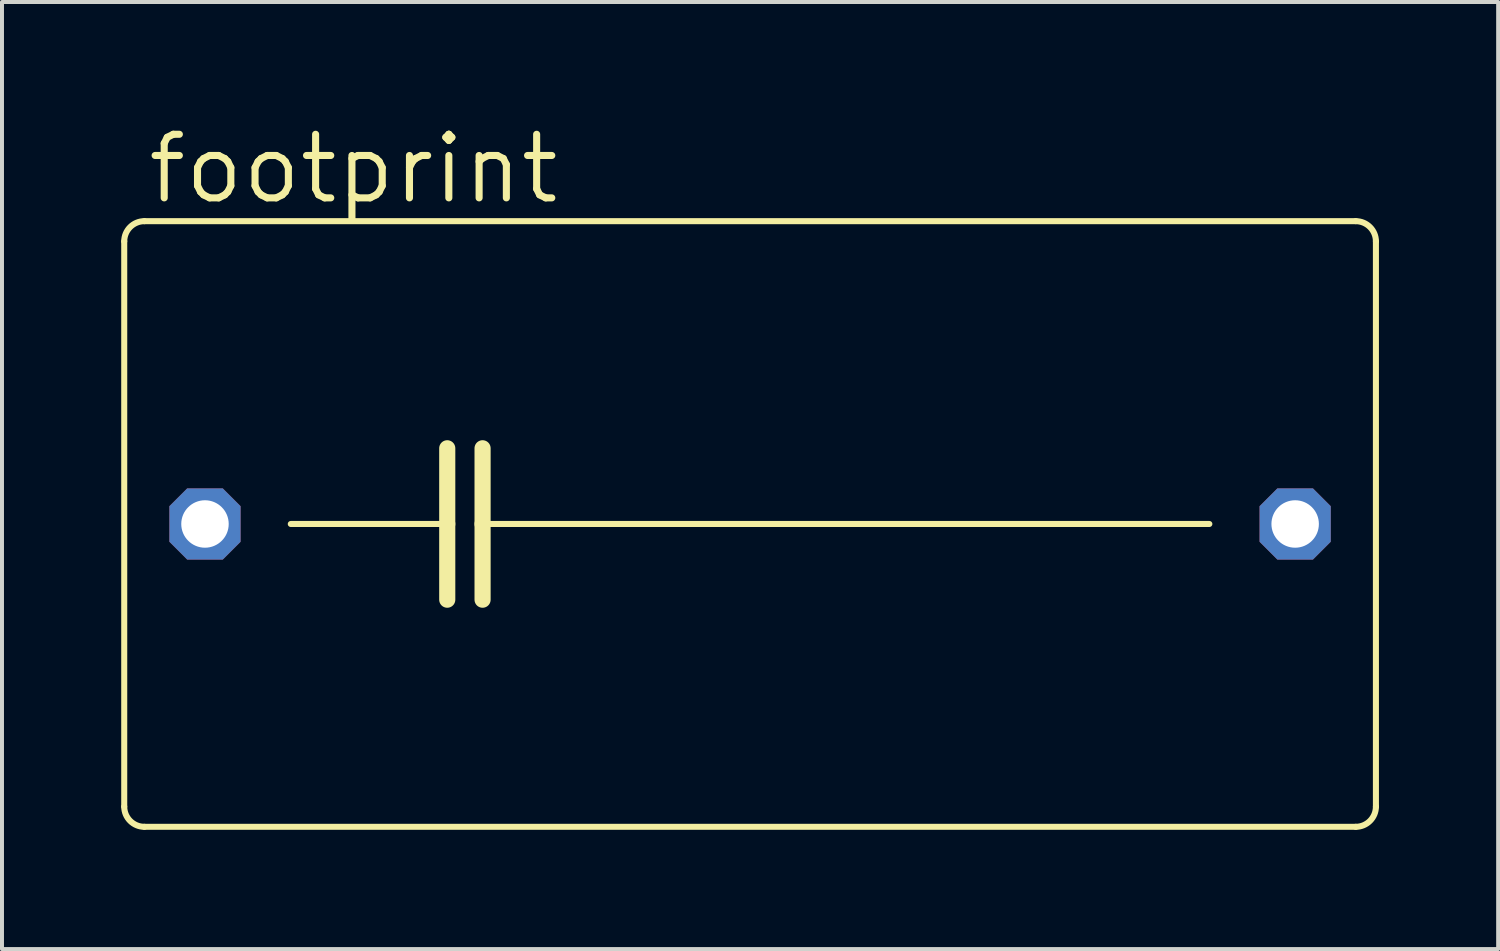
<source format=kicad_pcb>
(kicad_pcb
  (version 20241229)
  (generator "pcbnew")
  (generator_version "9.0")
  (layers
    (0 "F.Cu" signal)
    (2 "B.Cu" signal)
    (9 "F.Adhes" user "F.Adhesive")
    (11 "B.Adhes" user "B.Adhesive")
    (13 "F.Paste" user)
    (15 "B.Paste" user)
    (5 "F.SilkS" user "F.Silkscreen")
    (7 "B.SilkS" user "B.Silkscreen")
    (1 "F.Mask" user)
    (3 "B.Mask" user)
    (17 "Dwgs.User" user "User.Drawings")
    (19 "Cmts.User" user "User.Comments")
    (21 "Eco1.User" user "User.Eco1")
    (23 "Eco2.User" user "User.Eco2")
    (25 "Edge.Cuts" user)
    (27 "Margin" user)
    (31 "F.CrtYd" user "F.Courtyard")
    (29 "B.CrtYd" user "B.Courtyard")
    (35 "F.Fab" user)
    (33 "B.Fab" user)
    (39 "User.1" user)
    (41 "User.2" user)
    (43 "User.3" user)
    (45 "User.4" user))
  (footprint "footprint"
    (layer "F.Cu")
    (at 15.824 10.135)
    (property "Reference" "footprint" (at -15.24 -8.001 0) (layer "F.SilkS") (effects (font (size 1.6 1.6) (thickness 0.178)) (justify left bottom)))
    (fp_line (start -15.748 7.112) (end -15.748 -7.112) (stroke (width 0.152) (type solid)) (layer "F.SilkS"))
    (fp_line (start -15.24 -7.62) (end 15.24 -7.62) (stroke (width 0.152) (type solid)) (layer "F.SilkS"))
    (fp_line (start -11.557 0) (end -7.62 0) (stroke (width 0.152) (type solid)) (layer "F.SilkS"))
    (fp_line (start -7.62 -1.905) (end -7.62 0) (stroke (width 0.406) (type solid)) (layer "F.SilkS"))
    (fp_line (start -7.62 0) (end -7.62 1.905) (stroke (width 0.406) (type solid)) (layer "F.SilkS"))
    (fp_line (start -6.731 -1.905) (end -6.731 0) (stroke (width 0.406) (type solid)) (layer "F.SilkS"))
    (fp_line (start -6.731 0) (end -6.731 1.905) (stroke (width 0.406) (type solid)) (layer "F.SilkS"))
    (fp_line (start -6.731 0) (end 11.557 0) (stroke (width 0.152) (type solid)) (layer "F.SilkS"))
    (fp_line (start 15.24 7.62) (end -15.24 7.62) (stroke (width 0.152) (type solid)) (layer "F.SilkS"))
    (fp_line (start 15.748 -7.112) (end 15.748 7.112) (stroke (width 0.152) (type solid)) (layer "F.SilkS"))
    (fp_arc (start -15.748 -7.112) (mid -15.59921 -7.47121) (end -15.24 -7.62) (stroke (width 0.1524) (type solid)) (layer "F.SilkS"))
    (fp_arc (start -15.24 7.62) (mid -15.59921 7.47121) (end -15.748 7.112) (stroke (width 0.1524) (type solid)) (layer "F.SilkS"))
    (fp_arc (start 15.24 -7.62) (mid 15.59921 -7.47121) (end 15.748 -7.112) (stroke (width 0.1524) (type solid)) (layer "F.SilkS"))
    (fp_arc (start 15.748 7.112) (mid 15.59921 7.47121) (end 15.24 7.62) (stroke (width 0.1524) (type solid)) (layer "F.SilkS"))
    (pad "1" thru_hole roundrect (at -13.716 0) (size 1.791 1.791) (drill 1.194) (layers "*.Cu" "*.Mask") (roundrect_rratio 0.25) (chamfer_ratio 0.25) (chamfer top_left top_right bottom_left bottom_right))
    (pad "2" thru_hole roundrect (at 13.716 0) (size 1.791 1.791) (drill 1.194) (layers "*.Cu" "*.Mask") (roundrect_rratio 0.25) (chamfer_ratio 0.25) (chamfer top_left top_right bottom_left bottom_right)))
  (gr_rect
    (start -3 -3)
    (end 34.648 20.831)
    (stroke (width 0.1) (type default))
    (fill no)
    (layer "Edge.Cuts")))
</source>
